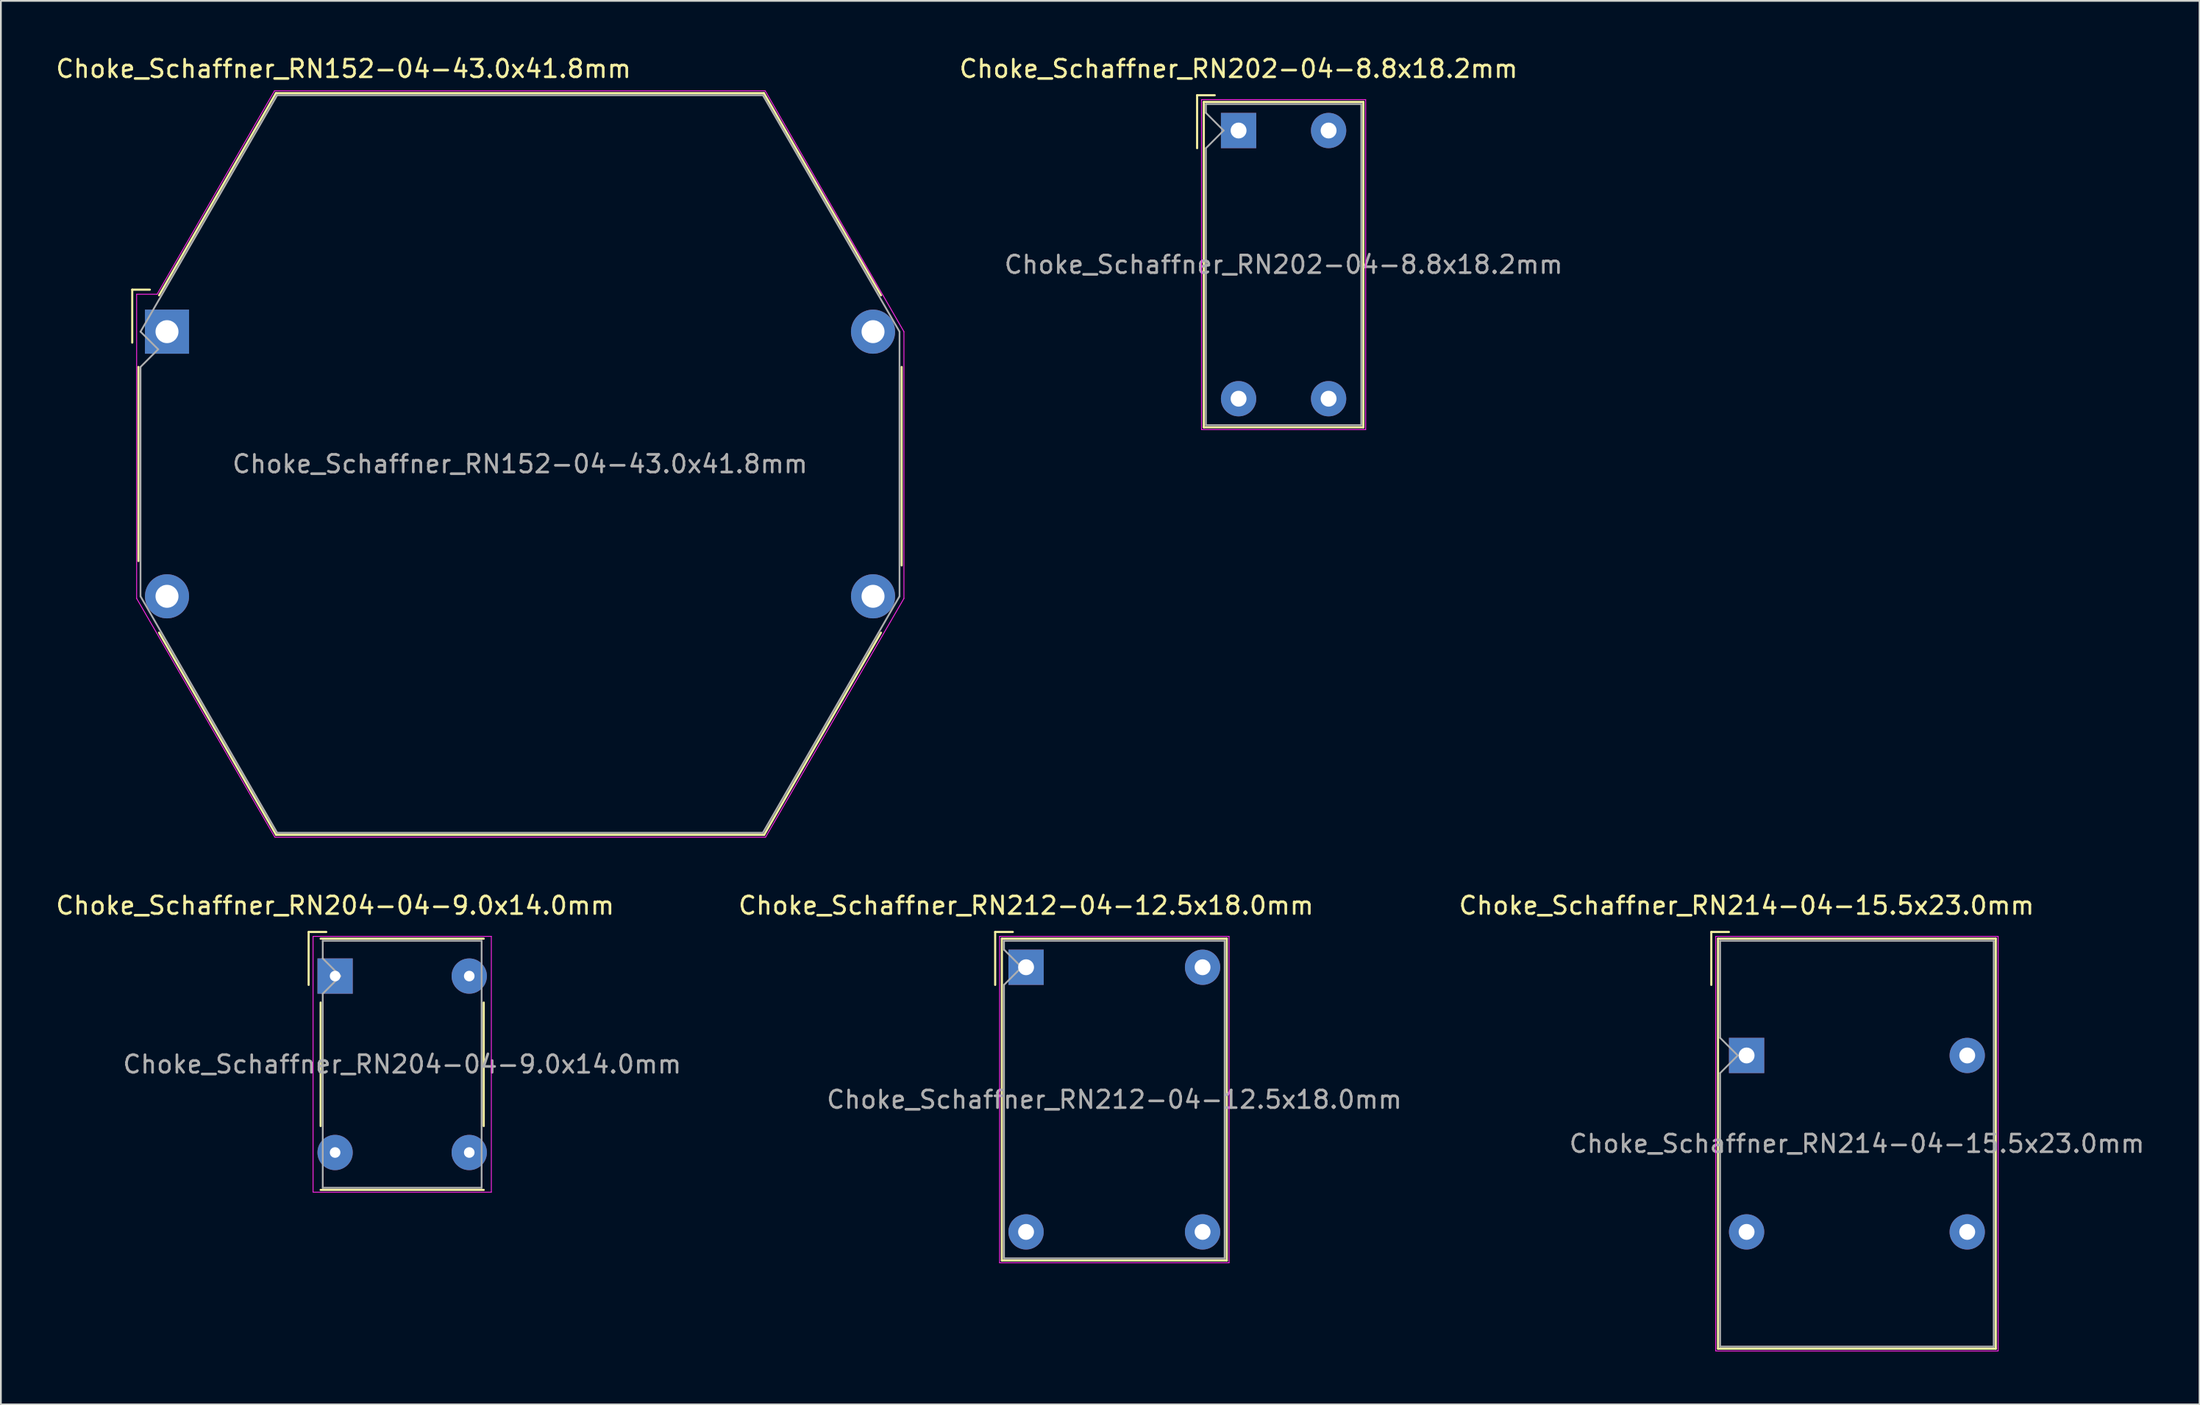
<source format=kicad_pcb>
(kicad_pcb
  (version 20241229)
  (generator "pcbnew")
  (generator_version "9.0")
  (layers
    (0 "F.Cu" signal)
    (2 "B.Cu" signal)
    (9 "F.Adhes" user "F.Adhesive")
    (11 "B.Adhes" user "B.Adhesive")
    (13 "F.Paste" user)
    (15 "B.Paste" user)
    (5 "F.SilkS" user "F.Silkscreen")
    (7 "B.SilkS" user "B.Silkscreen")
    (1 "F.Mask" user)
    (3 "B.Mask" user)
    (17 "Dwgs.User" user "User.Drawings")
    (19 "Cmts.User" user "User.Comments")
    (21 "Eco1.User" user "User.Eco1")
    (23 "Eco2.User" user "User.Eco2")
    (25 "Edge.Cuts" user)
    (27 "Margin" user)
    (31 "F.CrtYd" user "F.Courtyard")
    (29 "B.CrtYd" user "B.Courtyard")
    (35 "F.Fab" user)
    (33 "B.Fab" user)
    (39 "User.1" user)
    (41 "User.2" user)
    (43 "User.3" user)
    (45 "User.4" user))
  (footprint "Choke_Schaffner_RN214-04-15.5x23.0mm"
    (layer "F.Cu")
    (at 95.901 56.772)
    (property "Reference" "Choke_Schaffner_RN214-04-15.5x23.0mm" (at 0 -8.5 0) (layer "F.SilkS") (effects (font (size 1 1) (thickness 0.15))))
    (attr through_hole)
    (fp_line (start -2 -7) (end -2 -4) (stroke (width 0.12) (type solid)) (layer "F.SilkS"))
    (fp_line (start -2 -7) (end -1 -7) (stroke (width 0.12) (type solid)) (layer "F.SilkS"))
    (fp_line (start -1.62 -6.62) (end 14.12 -6.62) (stroke (width 0.12) (type solid)) (layer "F.SilkS"))
    (fp_line (start -1.62 16.62) (end -1.62 -6.62) (stroke (width 0.12) (type solid)) (layer "F.SilkS"))
    (fp_line (start 14.12 -6.62) (end 14.12 16.62) (stroke (width 0.12) (type solid)) (layer "F.SilkS"))
    (fp_line (start 14.12 16.62) (end -1.62 16.62) (stroke (width 0.12) (type solid)) (layer "F.SilkS"))
    (fp_line (start -1.75 -6.75) (end -1.75 16.75) (stroke (width 0.05) (type solid)) (layer "F.CrtYd"))
    (fp_line (start -1.75 16.75) (end 14.25 16.75) (stroke (width 0.05) (type solid)) (layer "F.CrtYd"))
    (fp_line (start 14.25 -6.75) (end -1.75 -6.75) (stroke (width 0.05) (type solid)) (layer "F.CrtYd"))
    (fp_line (start 14.25 16.75) (end 14.25 -6.75) (stroke (width 0.05) (type solid)) (layer "F.CrtYd"))
    (fp_line (start -1.5 -6.5) (end 14 -6.5) (stroke (width 0.1) (type solid)) (layer "F.Fab"))
    (fp_line (start -1.5 -1) (end -1.5 -6.5) (stroke (width 0.1) (type solid)) (layer "F.Fab"))
    (fp_line (start -1.5 1) (end -0.5 0) (stroke (width 0.1) (type solid)) (layer "F.Fab"))
    (fp_line (start -1.5 16.5) (end -1.5 1) (stroke (width 0.1) (type solid)) (layer "F.Fab"))
    (fp_line (start -0.5 0) (end -1.5 -1) (stroke (width 0.1) (type solid)) (layer "F.Fab"))
    (fp_line (start 14 -6.5) (end 14 16.5) (stroke (width 0.1) (type solid)) (layer "F.Fab"))
    (fp_line (start 14 16.5) (end -1.5 16.5) (stroke (width 0.1) (type solid)) (layer "F.Fab"))
    (fp_text user "${REFERENCE}" (at 6.25 5 0) (layer "F.Fab") (effects (font (size 1 1) (thickness 0.15))))
    (pad "1" thru_hole rect (at 0 0) (size 2 2) (drill 0.9) (layers "*.Cu" "*.Mask"))
    (pad "2" thru_hole circle (at 12.5 0) (size 2 2) (drill 0.9) (layers "*.Cu" "*.Mask"))
    (pad "3" thru_hole circle (at 0 10) (size 2 2) (drill 0.9) (layers "*.Cu" "*.Mask"))
    (pad "4" thru_hole circle (at 12.5 10) (size 2 2) (drill 0.9) (layers "*.Cu" "*.Mask")))
  (footprint "Choke_Schaffner_RN152-04-43.0x41.8mm"
    (layer "F.Cu")
    (at 6.411 15.748)
    (property "Reference" "Choke_Schaffner_RN152-04-43.0x41.8mm" (at 10 -14.9 0) (layer "F.SilkS") (effects (font (size 1 1) (thickness 0.15))))
    (attr through_hole)
    (fp_line (start -1.97 -2.38) (end -1.97 0.62) (stroke (width 0.12) (type solid)) (layer "F.SilkS"))
    (fp_line (start -1.97 -2.38) (end -0.97 -2.38) (stroke (width 0.12) (type solid)) (layer "F.SilkS"))
    (fp_line (start -1.62 13) (end -1.62 2) (stroke (width 0.12) (type solid)) (layer "F.SilkS"))
    (fp_line (start -0.45 -2.06) (end 6.17 -13.52) (stroke (width 0.12) (type solid)) (layer "F.SilkS"))
    (fp_line (start 6.17 -13.52) (end 33.82 -13.52) (stroke (width 0.12) (type solid)) (layer "F.SilkS"))
    (fp_line (start 6.18 28.52) (end -0.45 17.06) (stroke (width 0.12) (type solid)) (layer "F.SilkS"))
    (fp_line (start 33.82 -13.52) (end 40.45 -2.06) (stroke (width 0.12) (type solid)) (layer "F.SilkS"))
    (fp_line (start 33.83 28.52) (end 6.18 28.52) (stroke (width 0.12) (type solid)) (layer "F.SilkS"))
    (fp_line (start 40.45 17.06) (end 33.83 28.52) (stroke (width 0.12) (type solid)) (layer "F.SilkS"))
    (fp_line (start 41.62 2) (end 41.62 13.25) (stroke (width 0.12) (type solid)) (layer "F.SilkS"))
    (fp_line (start -1.72 -2.12) (end -0.56 -2.12) (stroke (width 0.05) (type solid)) (layer "F.CrtYd"))
    (fp_line (start -1.72 15.12) (end -1.72 -2.12) (stroke (width 0.05) (type solid)) (layer "F.CrtYd"))
    (fp_line (start -0.56 -2.12) (end 6.09 -13.65) (stroke (width 0.05) (type solid)) (layer "F.CrtYd"))
    (fp_line (start 6.09 -13.65) (end 33.89 -13.65) (stroke (width 0.05) (type solid)) (layer "F.CrtYd"))
    (fp_line (start 6.11 28.65) (end -1.72 15.12) (stroke (width 0.05) (type solid)) (layer "F.CrtYd"))
    (fp_line (start 33.89 -13.65) (end 41.75 0) (stroke (width 0.05) (type solid)) (layer "F.CrtYd"))
    (fp_line (start 33.91 28.65) (end 6.11 28.65) (stroke (width 0.05) (type solid)) (layer "F.CrtYd"))
    (fp_line (start 41.75 0) (end 41.75 15.12) (stroke (width 0.05) (type solid)) (layer "F.CrtYd"))
    (fp_line (start 41.75 15.12) (end 33.91 28.65) (stroke (width 0.05) (type solid)) (layer "F.CrtYd"))
    (fp_line (start -1.5 0) (end 6.24 -13.4) (stroke (width 0.1) (type solid)) (layer "F.Fab"))
    (fp_line (start -1.5 2) (end -0.5 1) (stroke (width 0.1) (type solid)) (layer "F.Fab"))
    (fp_line (start -1.5 15) (end -1.5 2) (stroke (width 0.1) (type solid)) (layer "F.Fab"))
    (fp_line (start -0.5 1) (end -1.5 0) (stroke (width 0.1) (type solid)) (layer "F.Fab"))
    (fp_line (start 6.24 -13.4) (end 33.76 -13.4) (stroke (width 0.1) (type solid)) (layer "F.Fab"))
    (fp_line (start 6.24 28.4) (end -1.5 15) (stroke (width 0.1) (type solid)) (layer "F.Fab"))
    (fp_line (start 33.76 -13.4) (end 41.5 0) (stroke (width 0.1) (type solid)) (layer "F.Fab"))
    (fp_line (start 33.76 28.4) (end 6.24 28.4) (stroke (width 0.1) (type solid)) (layer "F.Fab"))
    (fp_line (start 41.5 0) (end 41.5 15) (stroke (width 0.1) (type solid)) (layer "F.Fab"))
    (fp_line (start 41.5 15) (end 33.76 28.4) (stroke (width 0.1) (type solid)) (layer "F.Fab"))
    (fp_text user "${REFERENCE}" (at 20 7.5 0) (layer "F.Fab") (effects (font (size 1 1) (thickness 0.15))))
    (pad "1" thru_hole rect (at 0 0) (size 2.5 2.5) (drill 1.3) (layers "*.Cu" "*.Mask"))
    (pad "2" thru_hole circle (at 40 0) (size 2.5 2.5) (drill 1.3) (layers "*.Cu" "*.Mask"))
    (pad "3" thru_hole circle (at 0 15) (size 2.5 2.5) (drill 1.3) (layers "*.Cu" "*.Mask"))
    (pad "4" thru_hole circle (at 40 15) (size 2.5 2.5) (drill 1.3) (layers "*.Cu" "*.Mask")))
  (footprint "Choke_Schaffner_RN204-04-9.0x14.0mm"
    (layer "F.Cu")
    (at 15.935 52.272)
    (property "Reference" "Choke_Schaffner_RN204-04-9.0x14.0mm" (at 0 -4 0) (layer "F.SilkS") (effects (font (size 1 1) (thickness 0.15))))
    (attr through_hole)
    (fp_line (start -1.5 -2.5) (end -1.5 0.5) (stroke (width 0.12) (type solid)) (layer "F.SilkS"))
    (fp_line (start -1.5 -2.5) (end -0.5 -2.5) (stroke (width 0.12) (type solid)) (layer "F.SilkS"))
    (fp_line (start -0.82 -2.12) (end 8.42 -2.12) (stroke (width 0.12) (type solid)) (layer "F.SilkS"))
    (fp_line (start -0.82 1.5) (end -0.82 8.5) (stroke (width 0.12) (type solid)) (layer "F.SilkS"))
    (fp_line (start 8.42 1.5) (end 8.42 8.5) (stroke (width 0.12) (type solid)) (layer "F.SilkS"))
    (fp_line (start 8.42 12.12) (end -0.82 12.12) (stroke (width 0.12) (type solid)) (layer "F.SilkS"))
    (fp_line (start -1.25 -2.25) (end -1.25 12.25) (stroke (width 0.05) (type solid)) (layer "F.CrtYd"))
    (fp_line (start -1.25 12.25) (end 8.85 12.25) (stroke (width 0.05) (type solid)) (layer "F.CrtYd"))
    (fp_line (start 8.85 -2.25) (end -1.25 -2.25) (stroke (width 0.05) (type solid)) (layer "F.CrtYd"))
    (fp_line (start 8.85 12.25) (end 8.85 -2.25) (stroke (width 0.05) (type solid)) (layer "F.CrtYd"))
    (fp_line (start -0.7 -2) (end 8.3 -2) (stroke (width 0.1) (type solid)) (layer "F.Fab"))
    (fp_line (start -0.7 -1) (end -0.7 -2) (stroke (width 0.1) (type solid)) (layer "F.Fab"))
    (fp_line (start -0.7 1) (end 0.3 0) (stroke (width 0.1) (type solid)) (layer "F.Fab"))
    (fp_line (start -0.7 12) (end -0.7 1) (stroke (width 0.1) (type solid)) (layer "F.Fab"))
    (fp_line (start 0.3 0) (end -0.7 -1) (stroke (width 0.1) (type solid)) (layer "F.Fab"))
    (fp_line (start 8.3 -2) (end 8.3 12) (stroke (width 0.1) (type solid)) (layer "F.Fab"))
    (fp_line (start 8.3 12) (end -0.7 12) (stroke (width 0.1) (type solid)) (layer "F.Fab"))
    (fp_text user "${REFERENCE}" (at 3.8 5 0) (layer "F.Fab") (effects (font (size 1 1) (thickness 0.15))))
    (pad "1" thru_hole rect (at 0 0) (size 2 2) (drill 0.6) (layers "*.Cu" "*.Mask"))
    (pad "2" thru_hole circle (at 7.6 0) (size 2 2) (drill 0.6) (layers "*.Cu" "*.Mask"))
    (pad "3" thru_hole circle (at 0 10) (size 2 2) (drill 0.6) (layers "*.Cu" "*.Mask"))
    (pad "4" thru_hole circle (at 7.6 10) (size 2 2) (drill 0.6) (layers "*.Cu" "*.Mask")))
  (footprint "Choke_Schaffner_RN202-04-8.8x18.2mm"
    (layer "F.Cu")
    (at 67.12 4.348)
    (property "Reference" "Choke_Schaffner_RN202-04-8.8x18.2mm" (at 0 -3.5 0) (layer "F.SilkS") (effects (font (size 1 1) (thickness 0.15))))
    (attr through_hole)
    (fp_line (start -2.35 -2) (end -2.35 1) (stroke (width 0.12) (type solid)) (layer "F.SilkS"))
    (fp_line (start -2.35 -2) (end -1.35 -2) (stroke (width 0.12) (type solid)) (layer "F.SilkS"))
    (fp_line (start -1.97 -1.62) (end 7.07 -1.62) (stroke (width 0.12) (type solid)) (layer "F.SilkS"))
    (fp_line (start -1.97 16.82) (end -1.97 -1.62) (stroke (width 0.12) (type solid)) (layer "F.SilkS"))
    (fp_line (start 7.07 -1.62) (end 7.07 16.82) (stroke (width 0.12) (type solid)) (layer "F.SilkS"))
    (fp_line (start 7.07 16.82) (end -1.97 16.82) (stroke (width 0.12) (type solid)) (layer "F.SilkS"))
    (fp_line (start -2.1 -1.75) (end -2.1 16.95) (stroke (width 0.05) (type solid)) (layer "F.CrtYd"))
    (fp_line (start -2.1 16.95) (end 7.2 16.95) (stroke (width 0.05) (type solid)) (layer "F.CrtYd"))
    (fp_line (start 7.2 -1.75) (end -2.1 -1.75) (stroke (width 0.05) (type solid)) (layer "F.CrtYd"))
    (fp_line (start 7.2 16.95) (end 7.2 -1.75) (stroke (width 0.05) (type solid)) (layer "F.CrtYd"))
    (fp_line (start -1.85 -1.5) (end 6.95 -1.5) (stroke (width 0.1) (type solid)) (layer "F.Fab"))
    (fp_line (start -1.85 -1) (end -1.85 -1.5) (stroke (width 0.1) (type solid)) (layer "F.Fab"))
    (fp_line (start -1.85 1) (end -0.85 0) (stroke (width 0.1) (type solid)) (layer "F.Fab"))
    (fp_line (start -1.85 16.7) (end -1.85 1) (stroke (width 0.1) (type solid)) (layer "F.Fab"))
    (fp_line (start -0.85 0) (end -1.85 -1) (stroke (width 0.1) (type solid)) (layer "F.Fab"))
    (fp_line (start 6.95 -1.5) (end 6.95 16.7) (stroke (width 0.1) (type solid)) (layer "F.Fab"))
    (fp_line (start 6.95 16.7) (end -1.85 16.7) (stroke (width 0.1) (type solid)) (layer "F.Fab"))
    (fp_text user "${REFERENCE}" (at 2.55 7.6 0) (layer "F.Fab") (effects (font (size 1 1) (thickness 0.15))))
    (pad "1" thru_hole rect (at 0 0) (size 2 2) (drill 0.9) (layers "*.Cu" "*.Mask"))
    (pad "2" thru_hole circle (at 5.1 0) (size 2 2) (drill 0.9) (layers "*.Cu" "*.Mask"))
    (pad "3" thru_hole circle (at 0 15.2) (size 2 2) (drill 0.9) (layers "*.Cu" "*.Mask"))
    (pad "4" thru_hole circle (at 5.1 15.2) (size 2 2) (drill 0.9) (layers "*.Cu" "*.Mask")))
  (footprint "Choke_Schaffner_RN212-04-12.5x18.0mm"
    (layer "F.Cu")
    (at 55.08 51.772)
    (property "Reference" "Choke_Schaffner_RN212-04-12.5x18.0mm" (at 0 -3.5 0) (layer "F.SilkS") (effects (font (size 1 1) (thickness 0.15))))
    (attr through_hole)
    (fp_line (start -1.75 -2) (end -1.75 1) (stroke (width 0.12) (type solid)) (layer "F.SilkS"))
    (fp_line (start -1.75 -2) (end -0.75 -2) (stroke (width 0.12) (type solid)) (layer "F.SilkS"))
    (fp_line (start -1.37 -1.62) (end 11.37 -1.62) (stroke (width 0.12) (type solid)) (layer "F.SilkS"))
    (fp_line (start -1.37 16.62) (end -1.37 -1.62) (stroke (width 0.12) (type solid)) (layer "F.SilkS"))
    (fp_line (start 11.37 -1.62) (end 11.37 16.62) (stroke (width 0.12) (type solid)) (layer "F.SilkS"))
    (fp_line (start 11.37 16.62) (end -1.37 16.62) (stroke (width 0.12) (type solid)) (layer "F.SilkS"))
    (fp_line (start -1.5 -1.75) (end -1.5 16.75) (stroke (width 0.05) (type solid)) (layer "F.CrtYd"))
    (fp_line (start -1.5 16.75) (end 11.5 16.75) (stroke (width 0.05) (type solid)) (layer "F.CrtYd"))
    (fp_line (start 11.5 -1.75) (end -1.5 -1.75) (stroke (width 0.05) (type solid)) (layer "F.CrtYd"))
    (fp_line (start 11.5 16.75) (end 11.5 -1.75) (stroke (width 0.05) (type solid)) (layer "F.CrtYd"))
    (fp_line (start -1.25 -1.5) (end 11.25 -1.5) (stroke (width 0.1) (type solid)) (layer "F.Fab"))
    (fp_line (start -1.25 -1) (end -1.25 -1.5) (stroke (width 0.1) (type solid)) (layer "F.Fab"))
    (fp_line (start -1.25 1) (end -0.25 0) (stroke (width 0.1) (type solid)) (layer "F.Fab"))
    (fp_line (start -1.25 16.5) (end -1.25 1) (stroke (width 0.1) (type solid)) (layer "F.Fab"))
    (fp_line (start -0.25 0) (end -1.25 -1) (stroke (width 0.1) (type solid)) (layer "F.Fab"))
    (fp_line (start 11.25 -1.5) (end 11.25 16.5) (stroke (width 0.1) (type solid)) (layer "F.Fab"))
    (fp_line (start 11.25 16.5) (end -1.25 16.5) (stroke (width 0.1) (type solid)) (layer "F.Fab"))
    (fp_text user "${REFERENCE}" (at 5 7.5 0) (layer "F.Fab") (effects (font (size 1 1) (thickness 0.15))))
    (pad "1" thru_hole rect (at 0 0) (size 2 2) (drill 0.9) (layers "*.Cu" "*.Mask"))
    (pad "2" thru_hole circle (at 10 0) (size 2 2) (drill 0.9) (layers "*.Cu" "*.Mask"))
    (pad "3" thru_hole circle (at 0 15) (size 2 2) (drill 0.9) (layers "*.Cu" "*.Mask"))
    (pad "4" thru_hole circle (at 10 15) (size 2 2) (drill 0.9) (layers "*.Cu" "*.Mask")))
  (gr_rect
    (start -3 -3)
    (end 121.562 76.546)
    (stroke (width 0.1) (type default))
    (fill no)
    (layer "Edge.Cuts")))
</source>
